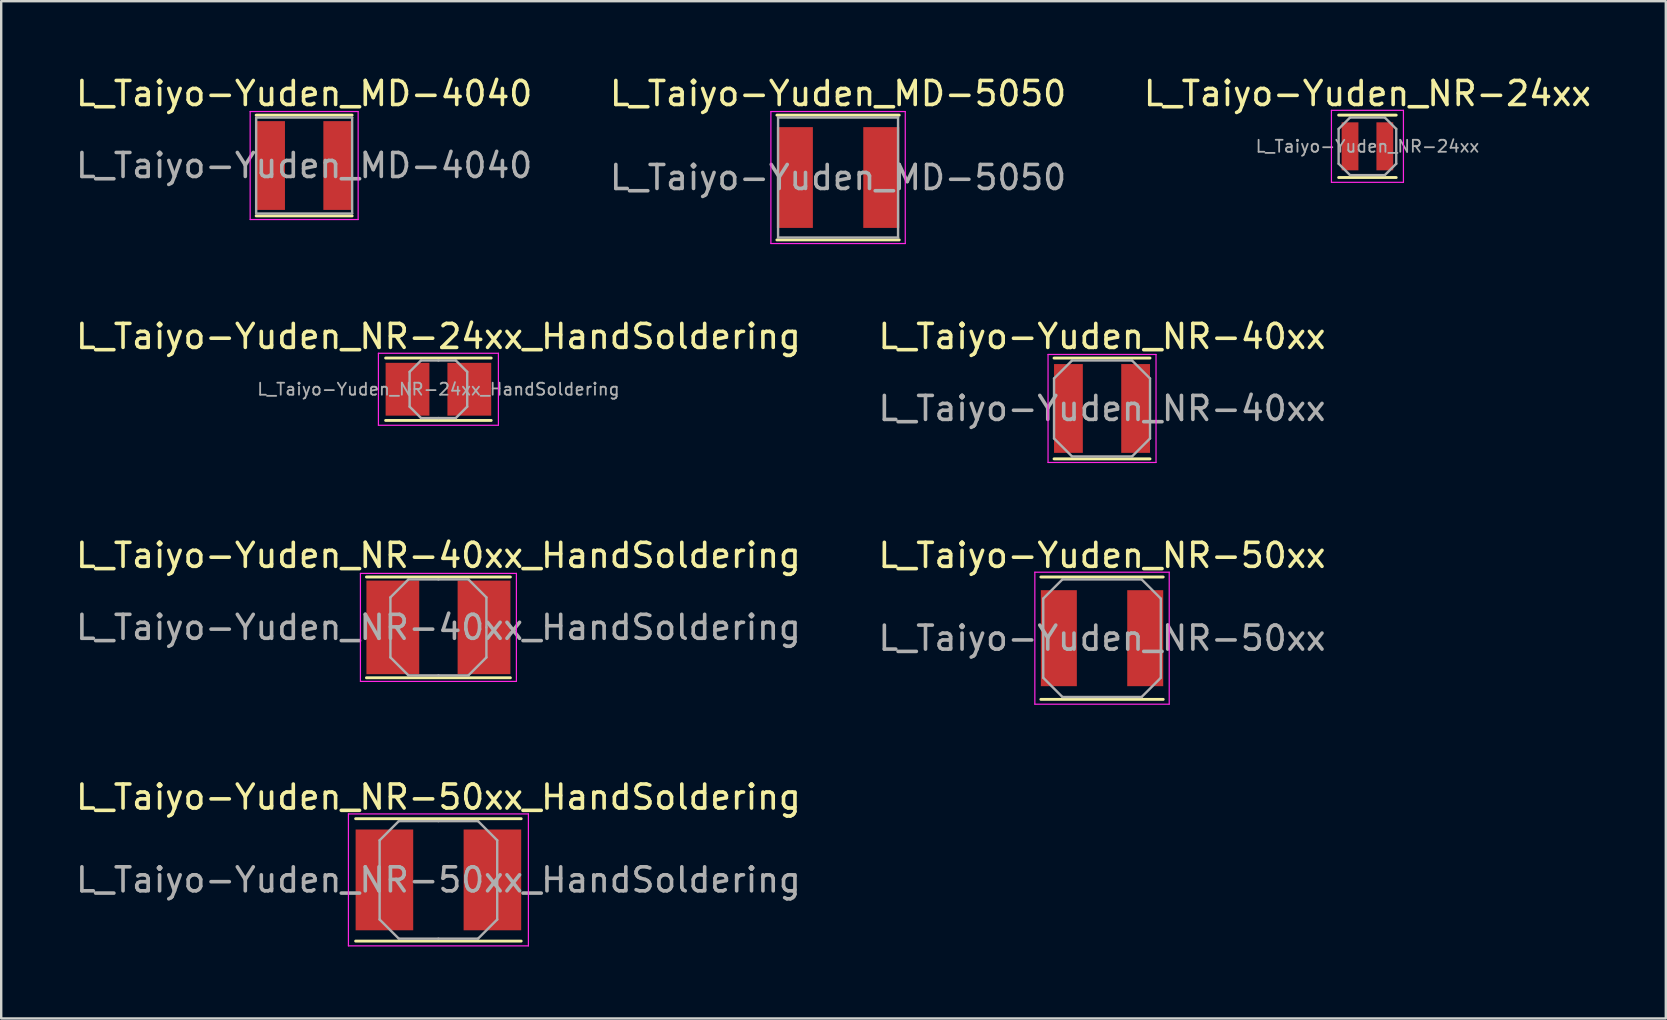
<source format=kicad_pcb>
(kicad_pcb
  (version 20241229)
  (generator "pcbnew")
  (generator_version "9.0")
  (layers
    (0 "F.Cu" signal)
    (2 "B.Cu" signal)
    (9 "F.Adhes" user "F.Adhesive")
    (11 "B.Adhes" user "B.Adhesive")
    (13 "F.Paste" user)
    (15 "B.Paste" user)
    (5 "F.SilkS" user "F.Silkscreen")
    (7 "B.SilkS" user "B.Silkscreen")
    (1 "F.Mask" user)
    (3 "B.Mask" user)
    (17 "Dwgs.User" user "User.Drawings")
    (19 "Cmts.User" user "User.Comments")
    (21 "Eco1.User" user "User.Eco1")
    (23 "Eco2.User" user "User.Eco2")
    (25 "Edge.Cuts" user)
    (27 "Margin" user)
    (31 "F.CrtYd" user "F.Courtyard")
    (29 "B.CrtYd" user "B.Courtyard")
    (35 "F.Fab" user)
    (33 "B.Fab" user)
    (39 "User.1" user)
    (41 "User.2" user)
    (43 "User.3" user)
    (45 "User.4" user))
  (footprint "L_Taiyo-Yuden_NR-40xx_HandSoldering"
    (layer "F.Cu")
    (at 15.22 23.095)
    (property "Reference" "L_Taiyo-Yuden_NR-40xx_HandSoldering" (at 0 -3 0) (layer "F.SilkS") (effects (font (size 1 1) (thickness 0.15))))
    (attr smd)
    (fp_line (start -3 -2.1) (end 3 -2.1) (stroke (width 0.12) (type solid)) (layer "F.SilkS"))
    (fp_line (start -3 2.1) (end 3 2.1) (stroke (width 0.12) (type solid)) (layer "F.SilkS"))
    (fp_line (start -3.25 -2.25) (end -3.25 2.25) (stroke (width 0.05) (type solid)) (layer "F.CrtYd"))
    (fp_line (start -3.25 2.25) (end 3.25 2.25) (stroke (width 0.05) (type solid)) (layer "F.CrtYd"))
    (fp_line (start 3.25 -2.25) (end -3.25 -2.25) (stroke (width 0.05) (type solid)) (layer "F.CrtYd"))
    (fp_line (start 3.25 2.25) (end 3.25 -2.25) (stroke (width 0.05) (type solid)) (layer "F.CrtYd"))
    (fp_line (start -2 -1.25) (end -1.25 -2) (stroke (width 0.1) (type solid)) (layer "F.Fab"))
    (fp_line (start -2 0) (end -2 -1.25) (stroke (width 0.1) (type solid)) (layer "F.Fab"))
    (fp_line (start -2 0) (end -2 1.25) (stroke (width 0.1) (type solid)) (layer "F.Fab"))
    (fp_line (start -2 1.25) (end -1.25 2) (stroke (width 0.1) (type solid)) (layer "F.Fab"))
    (fp_line (start -1.25 -2) (end 0 -2) (stroke (width 0.1) (type solid)) (layer "F.Fab"))
    (fp_line (start -1.25 2) (end 0 2) (stroke (width 0.1) (type solid)) (layer "F.Fab"))
    (fp_line (start 1.25 -2) (end 0 -2) (stroke (width 0.1) (type solid)) (layer "F.Fab"))
    (fp_line (start 1.25 2) (end 0 2) (stroke (width 0.1) (type solid)) (layer "F.Fab"))
    (fp_line (start 2 -1.25) (end 1.25 -2) (stroke (width 0.1) (type solid)) (layer "F.Fab"))
    (fp_line (start 2 0) (end 2 -1.25) (stroke (width 0.1) (type solid)) (layer "F.Fab"))
    (fp_line (start 2 0) (end 2 1.25) (stroke (width 0.1) (type solid)) (layer "F.Fab"))
    (fp_line (start 2 1.25) (end 1.25 2) (stroke (width 0.1) (type solid)) (layer "F.Fab"))
    (fp_text user "${REFERENCE}" (at 0 0 0) (layer "F.Fab") (effects (font (size 1 1) (thickness 0.15))))
    (pad "1" smd rect (at -1.9 0) (size 2.2 3.9) (layers "F.Cu" "F.Mask" "F.Paste"))
    (pad "2" smd rect (at 1.9 0) (size 2.2 3.9) (layers "F.Cu" "F.Mask" "F.Paste")))
  (footprint "L_Taiyo-Yuden_NR-24xx_HandSoldering"
    (layer "F.Cu")
    (at 15.22 13.171)
    (property "Reference" "L_Taiyo-Yuden_NR-24xx_HandSoldering" (at 0 -2.2 0) (layer "F.SilkS") (effects (font (size 1 1) (thickness 0.15))))
    (attr smd)
    (fp_line (start -2.2 -1.3) (end 2.2 -1.3) (stroke (width 0.12) (type solid)) (layer "F.SilkS"))
    (fp_line (start -2.2 1.3) (end 2.2 1.3) (stroke (width 0.12) (type solid)) (layer "F.SilkS"))
    (fp_line (start -2.5 -1.5) (end -2.5 1.5) (stroke (width 0.05) (type solid)) (layer "F.CrtYd"))
    (fp_line (start -2.5 1.5) (end 2.5 1.5) (stroke (width 0.05) (type solid)) (layer "F.CrtYd"))
    (fp_line (start 2.5 -1.5) (end -2.5 -1.5) (stroke (width 0.05) (type solid)) (layer "F.CrtYd"))
    (fp_line (start 2.5 1.5) (end 2.5 -1.5) (stroke (width 0.05) (type solid)) (layer "F.CrtYd"))
    (fp_line (start -1.2 -0.725) (end -0.725 -1.2) (stroke (width 0.1) (type solid)) (layer "F.Fab"))
    (fp_line (start -1.2 0) (end -1.2 -0.725) (stroke (width 0.1) (type solid)) (layer "F.Fab"))
    (fp_line (start -1.2 0) (end -1.2 0.725) (stroke (width 0.1) (type solid)) (layer "F.Fab"))
    (fp_line (start -1.2 0.725) (end -0.725 1.2) (stroke (width 0.1) (type solid)) (layer "F.Fab"))
    (fp_line (start -0.725 -1.2) (end 0 -1.2) (stroke (width 0.1) (type solid)) (layer "F.Fab"))
    (fp_line (start -0.725 1.2) (end 0 1.2) (stroke (width 0.1) (type solid)) (layer "F.Fab"))
    (fp_line (start 0.725 -1.2) (end 0 -1.2) (stroke (width 0.1) (type solid)) (layer "F.Fab"))
    (fp_line (start 0.725 1.2) (end 0 1.2) (stroke (width 0.1) (type solid)) (layer "F.Fab"))
    (fp_line (start 1.2 -0.725) (end 0.725 -1.2) (stroke (width 0.1) (type solid)) (layer "F.Fab"))
    (fp_line (start 1.2 0) (end 1.2 -0.725) (stroke (width 0.1) (type solid)) (layer "F.Fab"))
    (fp_line (start 1.2 0) (end 1.2 0.725) (stroke (width 0.1) (type solid)) (layer "F.Fab"))
    (fp_line (start 1.2 0.725) (end 0.725 1.2) (stroke (width 0.1) (type solid)) (layer "F.Fab"))
    (fp_text user "${REFERENCE}" (at 0 0 0) (layer "F.Fab") (effects (font (size 0.5 0.5) (thickness 0.075))))
    (pad "1" smd rect (at -1.288 0) (size 1.825 2.2) (layers "F.Cu" "F.Mask" "F.Paste"))
    (pad "2" smd rect (at 1.288 0) (size 1.825 2.2) (layers "F.Cu" "F.Mask" "F.Paste")))
  (footprint "L_Taiyo-Yuden_NR-24xx"
    (layer "F.Cu")
    (at 53.935 3.048)
    (property "Reference" "L_Taiyo-Yuden_NR-24xx" (at 0 -2.2 0) (layer "F.SilkS") (effects (font (size 1 1) (thickness 0.15))))
    (attr smd)
    (fp_line (start -1.2 -1.3) (end 1.2 -1.3) (stroke (width 0.12) (type solid)) (layer "F.SilkS"))
    (fp_line (start -1.2 1.3) (end 1.2 1.3) (stroke (width 0.12) (type solid)) (layer "F.SilkS"))
    (fp_line (start -1.5 -1.5) (end -1.5 1.5) (stroke (width 0.05) (type solid)) (layer "F.CrtYd"))
    (fp_line (start -1.5 1.5) (end 1.5 1.5) (stroke (width 0.05) (type solid)) (layer "F.CrtYd"))
    (fp_line (start 1.5 -1.5) (end -1.5 -1.5) (stroke (width 0.05) (type solid)) (layer "F.CrtYd"))
    (fp_line (start 1.5 1.5) (end 1.5 -1.5) (stroke (width 0.05) (type solid)) (layer "F.CrtYd"))
    (fp_line (start -1.2 -0.725) (end -1.2 0.725) (stroke (width 0.1) (type solid)) (layer "F.Fab"))
    (fp_line (start -1.2 -0.725) (end -0.725 -1.2) (stroke (width 0.1) (type solid)) (layer "F.Fab"))
    (fp_line (start -1.2 0.725) (end -0.725 1.2) (stroke (width 0.1) (type solid)) (layer "F.Fab"))
    (fp_line (start -0.725 -1.2) (end 0.725 -1.2) (stroke (width 0.1) (type solid)) (layer "F.Fab"))
    (fp_line (start -0.725 1.2) (end 0.725 1.2) (stroke (width 0.1) (type solid)) (layer "F.Fab"))
    (fp_line (start 1.2 -0.725) (end 0.725 -1.2) (stroke (width 0.1) (type solid)) (layer "F.Fab"))
    (fp_line (start 1.2 -0.725) (end 1.2 0.725) (stroke (width 0.1) (type solid)) (layer "F.Fab"))
    (fp_line (start 1.2 0.725) (end 0.725 1.2) (stroke (width 0.1) (type solid)) (layer "F.Fab"))
    (fp_text user "${REFERENCE}" (at 0 0 0) (layer "F.Fab") (effects (font (size 0.5 0.5) (thickness 0.075))))
    (pad "1" smd rect (at -0.725 0) (size 0.7 2) (layers "F.Cu" "F.Mask" "F.Paste"))
    (pad "2" smd rect (at 0.725 0) (size 0.7 2) (layers "F.Cu" "F.Mask" "F.Paste")))
  (footprint "L_Taiyo-Yuden_NR-50xx"
    (layer "F.Cu")
    (at 42.875 23.545)
    (property "Reference" "L_Taiyo-Yuden_NR-50xx" (at 0 -3.45 0) (layer "F.SilkS") (effects (font (size 1 1) (thickness 0.15))))
    (attr smd)
    (fp_line (start -2.55 -2.55) (end 2.55 -2.55) (stroke (width 0.12) (type solid)) (layer "F.SilkS"))
    (fp_line (start -2.55 2.55) (end 2.55 2.55) (stroke (width 0.12) (type solid)) (layer "F.SilkS"))
    (fp_line (start -2.8 -2.75) (end -2.8 2.75) (stroke (width 0.05) (type solid)) (layer "F.CrtYd"))
    (fp_line (start -2.8 2.75) (end 2.8 2.75) (stroke (width 0.05) (type solid)) (layer "F.CrtYd"))
    (fp_line (start 2.8 -2.75) (end -2.8 -2.75) (stroke (width 0.05) (type solid)) (layer "F.CrtYd"))
    (fp_line (start 2.8 2.75) (end 2.8 -2.75) (stroke (width 0.05) (type solid)) (layer "F.CrtYd"))
    (fp_line (start -2.45 -1.65) (end -1.65 -2.45) (stroke (width 0.1) (type solid)) (layer "F.Fab"))
    (fp_line (start -2.45 1.65) (end -2.45 -1.65) (stroke (width 0.1) (type solid)) (layer "F.Fab"))
    (fp_line (start -2.45 1.65) (end -1.65 2.45) (stroke (width 0.1) (type solid)) (layer "F.Fab"))
    (fp_line (start -1.65 -2.45) (end 1.65 -2.45) (stroke (width 0.1) (type solid)) (layer "F.Fab"))
    (fp_line (start -1.65 2.45) (end 1.65 2.45) (stroke (width 0.1) (type solid)) (layer "F.Fab"))
    (fp_line (start 2.45 -1.65) (end 1.65 -2.45) (stroke (width 0.1) (type solid)) (layer "F.Fab"))
    (fp_line (start 2.45 -1.65) (end 2.45 1.65) (stroke (width 0.1) (type solid)) (layer "F.Fab"))
    (fp_line (start 2.45 1.65) (end 1.65 2.45) (stroke (width 0.1) (type solid)) (layer "F.Fab"))
    (fp_text user "${REFERENCE}" (at 0 0 0) (layer "F.Fab") (effects (font (size 1 1) (thickness 0.15))))
    (pad "1" smd rect (at -1.8 0) (size 1.5 4) (layers "F.Cu" "F.Mask" "F.Paste"))
    (pad "2" smd rect (at 1.8 0) (size 1.5 4) (layers "F.Cu" "F.Mask" "F.Paste")))
  (footprint "L_Taiyo-Yuden_MD-5050"
    (layer "F.Cu")
    (at 31.875 4.348)
    (property "Reference" "L_Taiyo-Yuden_MD-5050" (at 0 -3.5 0) (layer "F.SilkS") (effects (font (size 1 1) (thickness 0.15))))
    (attr smd)
    (fp_line (start -2.55 -2.6) (end 2.55 -2.6) (stroke (width 0.12) (type solid)) (layer "F.SilkS"))
    (fp_line (start -2.55 2.6) (end 2.55 2.6) (stroke (width 0.12) (type solid)) (layer "F.SilkS"))
    (fp_line (start -2.8 -2.75) (end -2.8 2.75) (stroke (width 0.05) (type solid)) (layer "F.CrtYd"))
    (fp_line (start -2.8 2.75) (end 2.8 2.75) (stroke (width 0.05) (type solid)) (layer "F.CrtYd"))
    (fp_line (start 2.8 -2.75) (end -2.8 -2.75) (stroke (width 0.05) (type solid)) (layer "F.CrtYd"))
    (fp_line (start 2.8 2.75) (end 2.8 -2.75) (stroke (width 0.05) (type solid)) (layer "F.CrtYd"))
    (fp_line (start -2.5 -2.5) (end -2.5 2.5) (stroke (width 0.1) (type solid)) (layer "F.Fab"))
    (fp_line (start -2.5 2.5) (end 2.5 2.5) (stroke (width 0.1) (type solid)) (layer "F.Fab"))
    (fp_line (start 2.5 -2.5) (end -2.5 -2.5) (stroke (width 0.1) (type solid)) (layer "F.Fab"))
    (fp_line (start 2.5 2.5) (end 2.5 -2.5) (stroke (width 0.1) (type solid)) (layer "F.Fab"))
    (fp_text user "${REFERENCE}" (at 0 0 0) (layer "F.Fab") (effects (font (size 1 1) (thickness 0.15))))
    (pad "1" smd rect (at -1.8 0) (size 1.5 4.2) (layers "F.Cu" "F.Mask" "F.Paste"))
    (pad "2" smd rect (at 1.8 0) (size 1.5 4.2) (layers "F.Cu" "F.Mask" "F.Paste")))
  (footprint "L_Taiyo-Yuden_MD-4040"
    (layer "F.Cu")
    (at 9.625 3.848)
    (property "Reference" "L_Taiyo-Yuden_MD-4040" (at 0 -3 0) (layer "F.SilkS") (effects (font (size 1 1) (thickness 0.15))))
    (attr smd)
    (fp_line (start -2 -2.1) (end 2 -2.1) (stroke (width 0.12) (type solid)) (layer "F.SilkS"))
    (fp_line (start -2 2.1) (end 2 2.1) (stroke (width 0.12) (type solid)) (layer "F.SilkS"))
    (fp_line (start -2.25 -2.25) (end -2.25 2.25) (stroke (width 0.05) (type solid)) (layer "F.CrtYd"))
    (fp_line (start -2.25 2.25) (end 2.25 2.25) (stroke (width 0.05) (type solid)) (layer "F.CrtYd"))
    (fp_line (start 2.25 -2.25) (end -2.25 -2.25) (stroke (width 0.05) (type solid)) (layer "F.CrtYd"))
    (fp_line (start 2.25 2.25) (end 2.25 -2.25) (stroke (width 0.05) (type solid)) (layer "F.CrtYd"))
    (fp_line (start -2 -2) (end -2 2) (stroke (width 0.1) (type solid)) (layer "F.Fab"))
    (fp_line (start -2 2) (end 2 2) (stroke (width 0.1) (type solid)) (layer "F.Fab"))
    (fp_line (start 2 -2) (end -2 -2) (stroke (width 0.1) (type solid)) (layer "F.Fab"))
    (fp_line (start 2 2) (end 2 -2) (stroke (width 0.1) (type solid)) (layer "F.Fab"))
    (fp_text user "${REFERENCE}" (at 0 0 0) (layer "F.Fab") (effects (font (size 1 1) (thickness 0.15))))
    (pad "1" smd rect (at -1.4 0) (size 1.2 3.7) (layers "F.Cu" "F.Mask" "F.Paste"))
    (pad "2" smd rect (at 1.4 0) (size 1.2 3.7) (layers "F.Cu" "F.Mask" "F.Paste")))
  (footprint "L_Taiyo-Yuden_NR-40xx"
    (layer "F.Cu")
    (at 42.875 13.972)
    (property "Reference" "L_Taiyo-Yuden_NR-40xx" (at 0 -3 0) (layer "F.SilkS") (effects (font (size 1 1) (thickness 0.15))))
    (attr smd)
    (fp_line (start -2 -2.1) (end 2 -2.1) (stroke (width 0.12) (type solid)) (layer "F.SilkS"))
    (fp_line (start -2 2.1) (end 2 2.1) (stroke (width 0.12) (type solid)) (layer "F.SilkS"))
    (fp_line (start -2.25 -2.25) (end -2.25 2.25) (stroke (width 0.05) (type solid)) (layer "F.CrtYd"))
    (fp_line (start -2.25 2.25) (end 2.25 2.25) (stroke (width 0.05) (type solid)) (layer "F.CrtYd"))
    (fp_line (start 2.25 -2.25) (end -2.25 -2.25) (stroke (width 0.05) (type solid)) (layer "F.CrtYd"))
    (fp_line (start 2.25 2.25) (end 2.25 -2.25) (stroke (width 0.05) (type solid)) (layer "F.CrtYd"))
    (fp_line (start -2 -1.25) (end -1.25 -2) (stroke (width 0.1) (type solid)) (layer "F.Fab"))
    (fp_line (start -2 1.25) (end -2 -1.25) (stroke (width 0.1) (type solid)) (layer "F.Fab"))
    (fp_line (start -2 1.25) (end -1.25 2) (stroke (width 0.1) (type solid)) (layer "F.Fab"))
    (fp_line (start -1.25 -2) (end 1.25 -2) (stroke (width 0.1) (type solid)) (layer "F.Fab"))
    (fp_line (start -1.25 2) (end 1.25 2) (stroke (width 0.1) (type solid)) (layer "F.Fab"))
    (fp_line (start 2 -1.25) (end 1.25 -2) (stroke (width 0.1) (type solid)) (layer "F.Fab"))
    (fp_line (start 2 -1.25) (end 2 1.25) (stroke (width 0.1) (type solid)) (layer "F.Fab"))
    (fp_line (start 2 1.25) (end 1.25 2) (stroke (width 0.1) (type solid)) (layer "F.Fab"))
    (fp_text user "${REFERENCE}" (at 0 0 0) (layer "F.Fab") (effects (font (size 1 1) (thickness 0.15))))
    (pad "1" smd rect (at -1.4 0) (size 1.2 3.7) (layers "F.Cu" "F.Mask" "F.Paste"))
    (pad "2" smd rect (at 1.4 0) (size 1.2 3.7) (layers "F.Cu" "F.Mask" "F.Paste")))
  (footprint "L_Taiyo-Yuden_NR-50xx_HandSoldering"
    (layer "F.Cu")
    (at 15.22 33.618)
    (property "Reference" "L_Taiyo-Yuden_NR-50xx_HandSoldering" (at 0 -3.45 0) (layer "F.SilkS") (effects (font (size 1 1) (thickness 0.15))))
    (attr smd)
    (fp_line (start -3.45 -2.55) (end 3.45 -2.55) (stroke (width 0.12) (type solid)) (layer "F.SilkS"))
    (fp_line (start -3.45 2.55) (end 3.45 2.55) (stroke (width 0.12) (type solid)) (layer "F.SilkS"))
    (fp_line (start -3.75 -2.75) (end -3.75 2.75) (stroke (width 0.05) (type solid)) (layer "F.CrtYd"))
    (fp_line (start -3.75 2.75) (end 3.75 2.75) (stroke (width 0.05) (type solid)) (layer "F.CrtYd"))
    (fp_line (start 3.75 -2.75) (end -3.75 -2.75) (stroke (width 0.05) (type solid)) (layer "F.CrtYd"))
    (fp_line (start 3.75 2.75) (end 3.75 -2.75) (stroke (width 0.05) (type solid)) (layer "F.CrtYd"))
    (fp_line (start -2.45 -1.65) (end -1.65 -2.45) (stroke (width 0.1) (type solid)) (layer "F.Fab"))
    (fp_line (start -2.45 0) (end -2.45 -1.65) (stroke (width 0.1) (type solid)) (layer "F.Fab"))
    (fp_line (start -2.45 0) (end -2.45 1.65) (stroke (width 0.1) (type solid)) (layer "F.Fab"))
    (fp_line (start -2.45 1.65) (end -1.65 2.45) (stroke (width 0.1) (type solid)) (layer "F.Fab"))
    (fp_line (start -1.65 -2.45) (end 0 -2.45) (stroke (width 0.1) (type solid)) (layer "F.Fab"))
    (fp_line (start -1.65 2.45) (end 0 2.45) (stroke (width 0.1) (type solid)) (layer "F.Fab"))
    (fp_line (start 1.65 -2.45) (end 0 -2.45) (stroke (width 0.1) (type solid)) (layer "F.Fab"))
    (fp_line (start 1.65 2.45) (end 0 2.45) (stroke (width 0.1) (type solid)) (layer "F.Fab"))
    (fp_line (start 2.45 -1.65) (end 1.65 -2.45) (stroke (width 0.1) (type solid)) (layer "F.Fab"))
    (fp_line (start 2.45 0) (end 2.45 -1.65) (stroke (width 0.1) (type solid)) (layer "F.Fab"))
    (fp_line (start 2.45 0) (end 2.45 1.65) (stroke (width 0.1) (type solid)) (layer "F.Fab"))
    (fp_line (start 2.45 1.65) (end 1.65 2.45) (stroke (width 0.1) (type solid)) (layer "F.Fab"))
    (fp_text user "${REFERENCE}" (at 0 0 0) (layer "F.Fab") (effects (font (size 1 1) (thickness 0.15))))
    (pad "1" smd rect (at -2.25 0) (size 2.4 4.2) (layers "F.Cu" "F.Mask" "F.Paste"))
    (pad "2" smd rect (at 2.25 0) (size 2.4 4.2) (layers "F.Cu" "F.Mask" "F.Paste")))
  (gr_rect
    (start -3 -3)
    (end 66.369 39.393)
    (stroke (width 0.1) (type default))
    (fill no)
    (layer "Edge.Cuts")))
</source>
